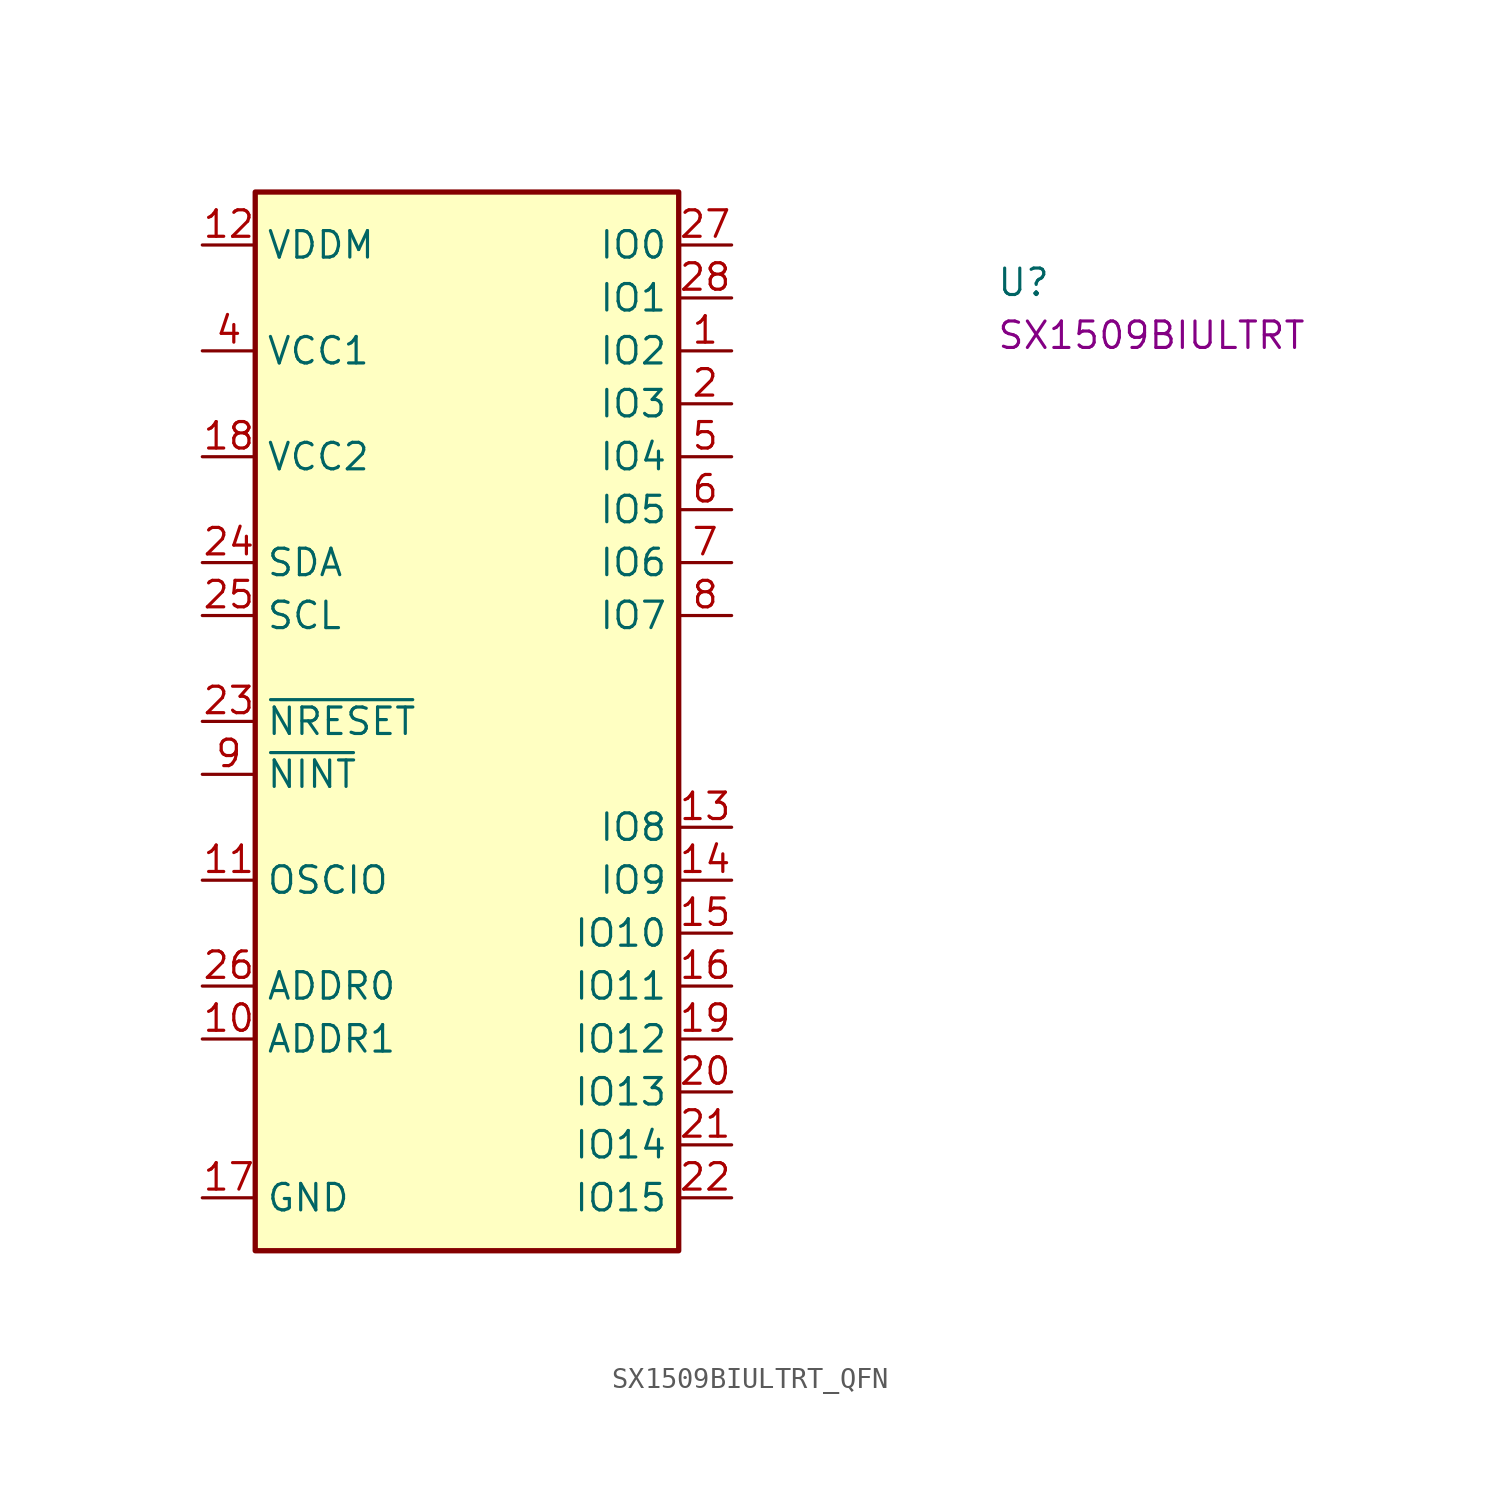
<source format=kicad_sym>
(kicad_symbol_lib
  (version 20220914)
  (generator kicad_symbol_editor)
  (symbol "SX1509BIULTRT_QFN"
    (property "Reference" "U"
      (at 38.1 -2.54 0)
      (effects (font (size 1.27 1.27) (thickness 0.15)) (justify left bottom)))
    (property "MPN" "SX1509BIULTRT"
      (at 38.1 -5.08 0)
      (effects (font (size 1.27 1.27) (thickness 0.15)) (justify left bottom)))
    (symbol "SX1509BIULTRT_QFN_1_1"
      (rectangle (start 2.54 2.54) (end 22.86 -48.26) (stroke (width 0.254) (type default)) (fill (type background)))
      (pin bidirectional line (at 25.4 -5.08 180) (length 2.54) (name "IO2" (effects (font (size 1.27 1.27)))) (number "1" (effects (font (size 1.27 1.27)))))
      (pin input line (at 0 -38.1 0) (length 2.54) (name "ADDR1" (effects (font (size 1.27 1.27)))) (number "10" (effects (font (size 1.27 1.27)))))
      (pin bidirectional line (at 0 -30.48 0) (length 2.54) (name "OSCIO" (effects (font (size 1.27 1.27)))) (number "11" (effects (font (size 1.27 1.27)))))
      (pin power_in line (at 0 0 0) (length 2.54) (name "VDDM" (effects (font (size 1.27 1.27)))) (number "12" (effects (font (size 1.27 1.27)))))
      (pin bidirectional line (at 25.4 -27.94 180) (length 2.54) (name "IO8" (effects (font (size 1.27 1.27)))) (number "13" (effects (font (size 1.27 1.27)))))
      (pin bidirectional line (at 25.4 -30.48 180) (length 2.54) (name "IO9" (effects (font (size 1.27 1.27)))) (number "14" (effects (font (size 1.27 1.27)))))
      (pin bidirectional line (at 25.4 -33.02 180) (length 2.54) (name "IO10" (effects (font (size 1.27 1.27)))) (number "15" (effects (font (size 1.27 1.27)))))
      (pin bidirectional line (at 25.4 -35.56 180) (length 2.54) (name "IO11" (effects (font (size 1.27 1.27)))) (number "16" (effects (font (size 1.27 1.27)))))
      (pin power_in line (at 0 -45.72 0) (length 2.54) (name "GND" (effects (font (size 1.27 1.27)))) (number "17" (effects (font (size 1.27 1.27)))))
      (pin power_in line (at 0 -10.16 0) (length 2.54) (name "VCC2" (effects (font (size 1.27 1.27)))) (number "18" (effects (font (size 1.27 1.27)))))
      (pin bidirectional line (at 25.4 -38.1 180) (length 2.54) (name "IO12" (effects (font (size 1.27 1.27)))) (number "19" (effects (font (size 1.27 1.27)))))
      (pin bidirectional line (at 25.4 -7.62 180) (length 2.54) (name "IO3" (effects (font (size 1.27 1.27)))) (number "2" (effects (font (size 1.27 1.27)))))
      (pin bidirectional line (at 25.4 -40.64 180) (length 2.54) (name "IO13" (effects (font (size 1.27 1.27)))) (number "20" (effects (font (size 1.27 1.27)))))
      (pin bidirectional line (at 25.4 -43.18 180) (length 2.54) (name "IO14" (effects (font (size 1.27 1.27)))) (number "21" (effects (font (size 1.27 1.27)))))
      (pin bidirectional line (at 25.4 -45.72 180) (length 2.54) (name "IO15" (effects (font (size 1.27 1.27)))) (number "22" (effects (font (size 1.27 1.27)))))
      (pin input line (at 0 -22.86 0) (length 2.54) (name "~{NRESET}" (effects (font (size 1.27 1.27)))) (number "23" (effects (font (size 1.27 1.27)))))
      (pin bidirectional line (at 0 -15.24 0) (length 2.54) (name "SDA" (effects (font (size 1.27 1.27)))) (number "24" (effects (font (size 1.27 1.27)))))
      (pin input line (at 0 -17.78 0) (length 2.54) (name "SCL" (effects (font (size 1.27 1.27)))) (number "25" (effects (font (size 1.27 1.27)))))
      (pin input line (at 0 -35.56 0) (length 2.54) (name "ADDR0" (effects (font (size 1.27 1.27)))) (number "26" (effects (font (size 1.27 1.27)))))
      (pin bidirectional line (at 25.4 0 180) (length 2.54) (name "IO0" (effects (font (size 1.27 1.27)))) (number "27" (effects (font (size 1.27 1.27)))))
      (pin bidirectional line (at 25.4 -2.54 180) (length 2.54) (name "IO1" (effects (font (size 1.27 1.27)))) (number "28" (effects (font (size 1.27 1.27)))))
      (pin passive line (at 0 -45.72 0) (length 2.54) hide (name "GND" (effects (font (size 1.27 1.27)))) (number "29" (effects (font (size 1.27 1.27)))))
      (pin passive line (at 0 -45.72 0) (length 2.54) hide (name "GND" (effects (font (size 1.27 1.27)))) (number "3" (effects (font (size 1.27 1.27)))))
      (pin power_in line (at 0 -5.08 0) (length 2.54) (name "VCC1" (effects (font (size 1.27 1.27)))) (number "4" (effects (font (size 1.27 1.27)))))
      (pin bidirectional line (at 25.4 -10.16 180) (length 2.54) (name "IO4" (effects (font (size 1.27 1.27)))) (number "5" (effects (font (size 1.27 1.27)))))
      (pin bidirectional line (at 25.4 -12.7 180) (length 2.54) (name "IO5" (effects (font (size 1.27 1.27)))) (number "6" (effects (font (size 1.27 1.27)))))
      (pin bidirectional line (at 25.4 -15.24 180) (length 2.54) (name "IO6" (effects (font (size 1.27 1.27)))) (number "7" (effects (font (size 1.27 1.27)))))
      (pin bidirectional line (at 25.4 -17.78 180) (length 2.54) (name "IO7" (effects (font (size 1.27 1.27)))) (number "8" (effects (font (size 1.27 1.27)))))
      (pin output line (at 0 -25.4 0) (length 2.54) (name "~{NINT}" (effects (font (size 1.27 1.27)))) (number "9" (effects (font (size 1.27 1.27))))))))
</source>
